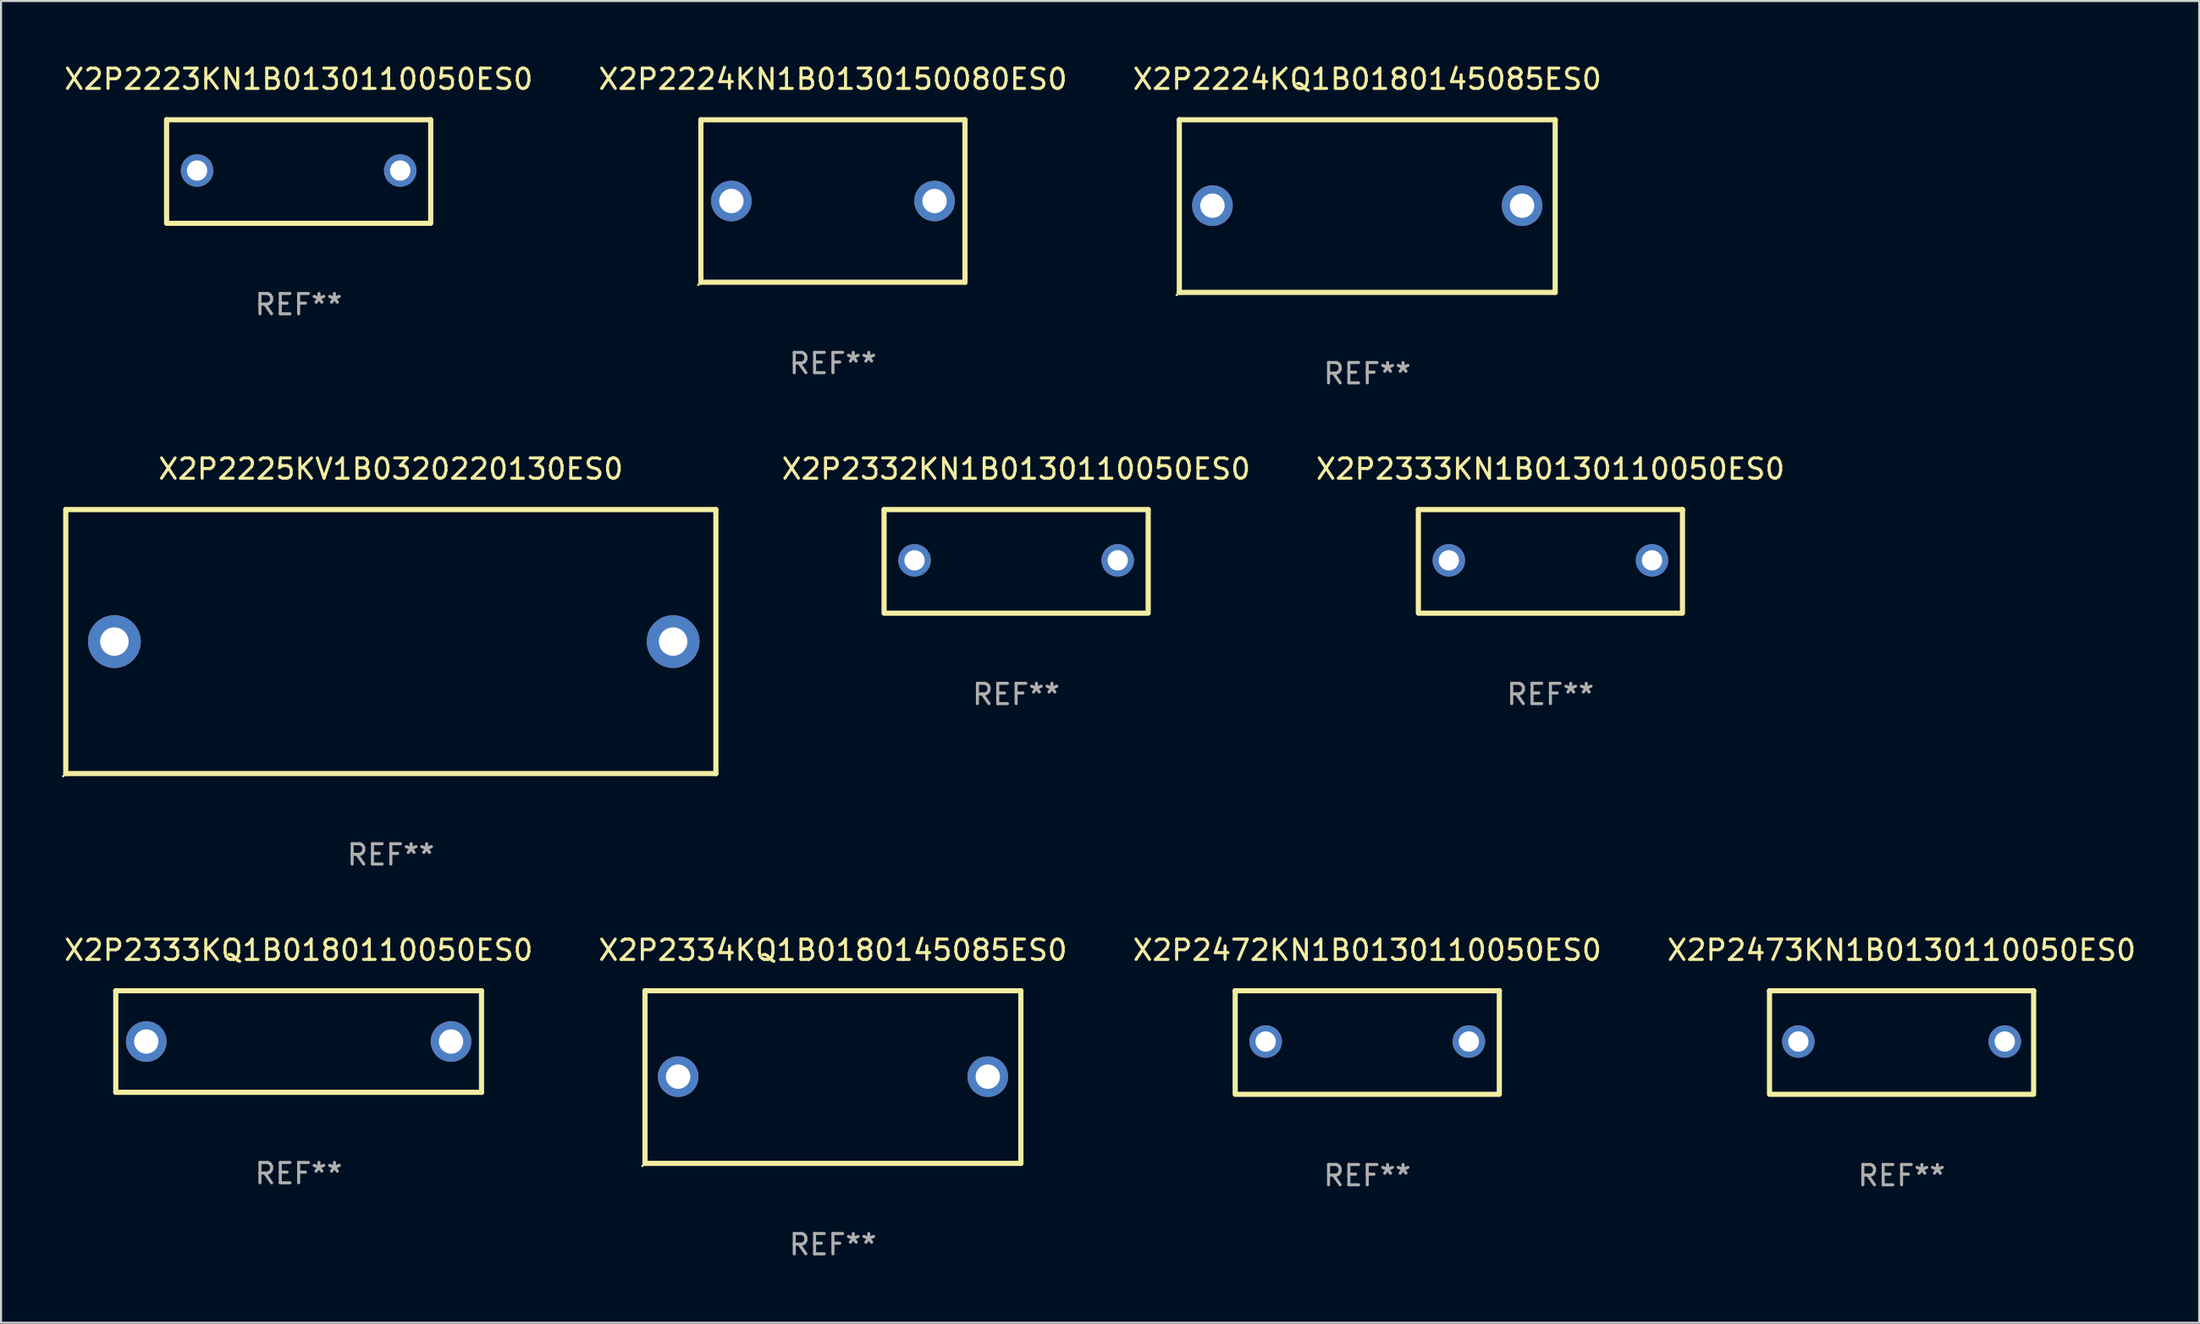
<source format=kicad_pcb>
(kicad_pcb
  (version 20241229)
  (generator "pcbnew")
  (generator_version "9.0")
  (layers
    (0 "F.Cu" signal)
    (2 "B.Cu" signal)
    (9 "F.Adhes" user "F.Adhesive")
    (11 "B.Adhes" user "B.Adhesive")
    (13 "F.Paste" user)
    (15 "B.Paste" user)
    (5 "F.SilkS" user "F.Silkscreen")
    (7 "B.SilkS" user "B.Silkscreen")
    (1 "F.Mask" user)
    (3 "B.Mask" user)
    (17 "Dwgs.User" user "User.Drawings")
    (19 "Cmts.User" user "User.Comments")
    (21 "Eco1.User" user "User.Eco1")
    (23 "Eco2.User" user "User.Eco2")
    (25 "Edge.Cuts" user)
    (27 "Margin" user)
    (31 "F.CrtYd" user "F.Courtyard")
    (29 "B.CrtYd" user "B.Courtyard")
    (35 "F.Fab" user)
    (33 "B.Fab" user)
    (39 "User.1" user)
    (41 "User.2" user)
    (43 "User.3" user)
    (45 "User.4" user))
  (footprint "X2P2225KV1B0320220130ES0"
    (layer "F.Cu")
    (at 16.186 28.545)
    (property "Reference" "X2P2225KV1B0320220130ES0" (at 0 -8.5 0) (layer "F.SilkS") (effects (font (size 1 1) (thickness 0.15))))
    (attr through_hole)
    (fp_line (start -15.999 -6.5) (end -15.999 6.5) (stroke (width 0.254) (type solid)) (layer "F.SilkS"))
    (fp_line (start -15.999 -6.5) (end 15.999 -6.5) (stroke (width 0.254) (type solid)) (layer "F.SilkS"))
    (fp_line (start 15.999 -6.5) (end 15.999 6.5) (stroke (width 0.254) (type solid)) (layer "F.SilkS"))
    (fp_line (start 15.999 6.5) (end -15.999 6.5) (stroke (width 0.254) (type solid)) (layer "F.SilkS"))
    (fp_circle (center -16.126 6.627) (end -16.096 6.627) (stroke (width 0.06) (type solid)) (fill no) (layer "F.SilkS"))
    (fp_text user "REF**" (at 0 10.5 0) (layer "F.Fab") (effects (font (size 1 1) (thickness 0.15))))
    (pad "1" thru_hole circle (at -13.606 0) (size 2.6 2.6) (drill 1.4) (layers "*.Cu" "*.Mask"))
    (pad "2" thru_hole circle (at 13.894 0) (size 2.6 2.6) (drill 1.4) (layers "*.Cu" "*.Mask")))
  (footprint "X2P2332KN1B0130110050ES0"
    (layer "F.Cu")
    (at 46.962 24.595)
    (property "Reference" "X2P2332KN1B0130110050ES0" (at 0 -4.55 0) (layer "F.SilkS") (effects (font (size 1 1) (thickness 0.15))))
    (attr through_hole)
    (fp_line (start -6.5 -2.55) (end 6.5 -2.55) (stroke (width 0.254) (type solid)) (layer "F.SilkS"))
    (fp_line (start -6.5 2.45) (end -6.5 -2.55) (stroke (width 0.254) (type solid)) (layer "F.SilkS"))
    (fp_line (start 6.5 -2.55) (end 6.5 2.45) (stroke (width 0.254) (type solid)) (layer "F.SilkS"))
    (fp_line (start 6.5 2.55) (end -6.5 2.55) (stroke (width 0.254) (type solid)) (layer "F.SilkS"))
    (fp_circle (center -6.5 2.45) (end -6.47 2.45) (stroke (width 0.06) (type solid)) (fill no) (layer "F.SilkS"))
    (fp_text user "REF**" (at 0 6.55 0) (layer "F.Fab") (effects (font (size 1 1) (thickness 0.15))))
    (pad "1" thru_hole circle (at -5 -0.05) (size 1.6 1.6) (drill 1) (layers "*.Cu" "*.Mask"))
    (pad "2" thru_hole circle (at 5 -0.05) (size 1.6 1.6) (drill 1) (layers "*.Cu" "*.Mask")))
  (footprint "X2P2333KN1B0130110050ES0"
    (layer "F.Cu")
    (at 73.259 24.595)
    (property "Reference" "X2P2333KN1B0130110050ES0" (at 0 -4.55 0) (layer "F.SilkS") (effects (font (size 1 1) (thickness 0.15))))
    (attr through_hole)
    (fp_line (start -6.5 -2.55) (end 6.5 -2.55) (stroke (width 0.254) (type solid)) (layer "F.SilkS"))
    (fp_line (start -6.5 2.45) (end -6.5 -2.55) (stroke (width 0.254) (type solid)) (layer "F.SilkS"))
    (fp_line (start 6.5 -2.55) (end 6.5 2.45) (stroke (width 0.254) (type solid)) (layer "F.SilkS"))
    (fp_line (start 6.5 2.55) (end -6.5 2.55) (stroke (width 0.254) (type solid)) (layer "F.SilkS"))
    (fp_circle (center -6.5 2.45) (end -6.47 2.45) (stroke (width 0.06) (type solid)) (fill no) (layer "F.SilkS"))
    (fp_text user "REF**" (at 0 6.55 0) (layer "F.Fab") (effects (font (size 1 1) (thickness 0.15))))
    (pad "1" thru_hole circle (at -5 -0.05) (size 1.6 1.6) (drill 1) (layers "*.Cu" "*.Mask"))
    (pad "2" thru_hole circle (at 5 -0.05) (size 1.6 1.6) (drill 1) (layers "*.Cu" "*.Mask")))
  (footprint "X2P2334KQ1B0180145085ES0"
    (layer "F.Cu")
    (at 37.946 49.991)
    (property "Reference" "X2P2334KQ1B0180145085ES0" (at 0 -6.25 0) (layer "F.SilkS") (effects (font (size 1 1) (thickness 0.15))))
    (attr through_hole)
    (fp_line (start -9.25 -4.25) (end 9.25 -4.25) (stroke (width 0.254) (type solid)) (layer "F.SilkS"))
    (fp_line (start -9.25 4.25) (end -9.25 -4.25) (stroke (width 0.254) (type solid)) (layer "F.SilkS"))
    (fp_line (start 9.25 -4.25) (end 9.25 4.25) (stroke (width 0.254) (type solid)) (layer "F.SilkS"))
    (fp_line (start 9.25 4.25) (end -9.25 4.25) (stroke (width 0.254) (type solid)) (layer "F.SilkS"))
    (fp_circle (center -9.377 4.377) (end -9.347 4.377) (stroke (width 0.06) (type solid)) (fill no) (layer "F.SilkS"))
    (fp_text user "REF**" (at 0 8.25 0) (layer "F.Fab") (effects (font (size 1 1) (thickness 0.15))))
    (pad "1" thru_hole circle (at -7.62 -0.02) (size 2 2) (drill 1.2) (layers "*.Cu" "*.Mask"))
    (pad "2" thru_hole circle (at 7.62 -0.02) (size 2 2) (drill 1.2) (layers "*.Cu" "*.Mask")))
  (footprint "X2P2224KN1B0130150080ES0"
    (layer "F.Cu")
    (at 37.946 6.848)
    (property "Reference" "X2P2224KN1B0130150080ES0" (at 0 -6 0) (layer "F.SilkS") (effects (font (size 1 1) (thickness 0.15))))
    (attr through_hole)
    (fp_line (start -6.5 -4) (end -6.5 4) (stroke (width 0.254) (type solid)) (layer "F.SilkS"))
    (fp_line (start -6.5 -4) (end 6.5 -4) (stroke (width 0.254) (type solid)) (layer "F.SilkS"))
    (fp_line (start 6.5 4) (end -6.5 4) (stroke (width 0.254) (type solid)) (layer "F.SilkS"))
    (fp_line (start 6.5 4) (end 6.5 -4) (stroke (width 0.254) (type solid)) (layer "F.SilkS"))
    (fp_circle (center -6.627 4.127) (end -6.597 4.127) (stroke (width 0.06) (type solid)) (fill no) (layer "F.SilkS"))
    (fp_text user "REF**" (at 0 8 0) (layer "F.Fab") (effects (font (size 1 1) (thickness 0.15))))
    (pad "1" thru_hole circle (at -4.999 0) (size 2 2) (drill 1.2) (layers "*.Cu" "*.Mask"))
    (pad "2" thru_hole circle (at 5.001 0) (size 2 2) (drill 1.2) (layers "*.Cu" "*.Mask")))
  (footprint "X2P2224KQ1B0180145085ES0"
    (layer "F.Cu")
    (at 64.244 7.098)
    (property "Reference" "X2P2224KQ1B0180145085ES0" (at 0 -6.25 0) (layer "F.SilkS") (effects (font (size 1 1) (thickness 0.15))))
    (attr through_hole)
    (fp_line (start -9.25 -4.25) (end 9.25 -4.25) (stroke (width 0.254) (type solid)) (layer "F.SilkS"))
    (fp_line (start -9.25 4.25) (end -9.25 -4.25) (stroke (width 0.254) (type solid)) (layer "F.SilkS"))
    (fp_line (start 9.25 -4.25) (end 9.25 4.25) (stroke (width 0.254) (type solid)) (layer "F.SilkS"))
    (fp_line (start 9.25 4.25) (end -9.25 4.25) (stroke (width 0.254) (type solid)) (layer "F.SilkS"))
    (fp_circle (center -9.377 4.377) (end -9.347 4.377) (stroke (width 0.06) (type solid)) (fill no) (layer "F.SilkS"))
    (fp_text user "REF**" (at 0 8.25 0) (layer "F.Fab") (effects (font (size 1 1) (thickness 0.15))))
    (pad "1" thru_hole circle (at -7.62 -0.02) (size 2 2) (drill 1.2) (layers "*.Cu" "*.Mask"))
    (pad "2" thru_hole circle (at 7.62 -0.02) (size 2 2) (drill 1.2) (layers "*.Cu" "*.Mask")))
  (footprint "X2P2333KQ1B0180110050ES0"
    (layer "F.Cu")
    (at 11.649 48.241)
    (property "Reference" "X2P2333KQ1B0180110050ES0" (at 0 -4.5 0) (layer "F.SilkS") (effects (font (size 1 1) (thickness 0.15))))
    (attr through_hole)
    (fp_line (start -9 -2.5) (end 9 -2.5) (stroke (width 0.254) (type solid)) (layer "F.SilkS"))
    (fp_line (start -9 2.5) (end -9 -2.5) (stroke (width 0.254) (type solid)) (layer "F.SilkS"))
    (fp_line (start 9 -2.5) (end 9 2.5) (stroke (width 0.254) (type solid)) (layer "F.SilkS"))
    (fp_line (start 9 2.5) (end -9 2.5) (stroke (width 0.254) (type solid)) (layer "F.SilkS"))
    (fp_circle (center -9 2.5) (end -8.97 2.5) (stroke (width 0.06) (type solid)) (fill no) (layer "F.SilkS"))
    (fp_text user "REF**" (at 0 6.5 0) (layer "F.Fab") (effects (font (size 1 1) (thickness 0.15))))
    (pad "1" thru_hole circle (at -7.5 -0.000127) (size 2 2) (drill 1.2) (layers "*.Cu" "*.Mask"))
    (pad "2" thru_hole circle (at 7.5 -0.000127) (size 2 2) (drill 1.2) (layers "*.Cu" "*.Mask")))
  (footprint "X2P2472KN1B0130110050ES0"
    (layer "F.Cu")
    (at 64.244 48.291)
    (property "Reference" "X2P2472KN1B0130110050ES0" (at 0 -4.55 0) (layer "F.SilkS") (effects (font (size 1 1) (thickness 0.15))))
    (attr through_hole)
    (fp_line (start -6.5 -2.55) (end 6.5 -2.55) (stroke (width 0.254) (type solid)) (layer "F.SilkS"))
    (fp_line (start -6.5 2.45) (end -6.5 -2.55) (stroke (width 0.254) (type solid)) (layer "F.SilkS"))
    (fp_line (start 6.5 -2.55) (end 6.5 2.45) (stroke (width 0.254) (type solid)) (layer "F.SilkS"))
    (fp_line (start 6.5 2.55) (end -6.5 2.55) (stroke (width 0.254) (type solid)) (layer "F.SilkS"))
    (fp_circle (center -6.5 2.45) (end -6.47 2.45) (stroke (width 0.06) (type solid)) (fill no) (layer "F.SilkS"))
    (fp_text user "REF**" (at 0 6.55 0) (layer "F.Fab") (effects (font (size 1 1) (thickness 0.15))))
    (pad "1" thru_hole circle (at -5 -0.05) (size 1.6 1.6) (drill 1) (layers "*.Cu" "*.Mask"))
    (pad "2" thru_hole circle (at 5 -0.05) (size 1.6 1.6) (drill 1) (layers "*.Cu" "*.Mask")))
  (footprint "X2P2473KN1B0130110050ES0"
    (layer "F.Cu")
    (at 90.542 48.291)
    (property "Reference" "X2P2473KN1B0130110050ES0" (at 0 -4.55 0) (layer "F.SilkS") (effects (font (size 1 1) (thickness 0.15))))
    (attr through_hole)
    (fp_line (start -6.5 -2.55) (end 6.5 -2.55) (stroke (width 0.254) (type solid)) (layer "F.SilkS"))
    (fp_line (start -6.5 2.45) (end -6.5 -2.55) (stroke (width 0.254) (type solid)) (layer "F.SilkS"))
    (fp_line (start 6.5 -2.55) (end 6.5 2.45) (stroke (width 0.254) (type solid)) (layer "F.SilkS"))
    (fp_line (start 6.5 2.55) (end -6.5 2.55) (stroke (width 0.254) (type solid)) (layer "F.SilkS"))
    (fp_circle (center -6.5 2.45) (end -6.47 2.45) (stroke (width 0.06) (type solid)) (fill no) (layer "F.SilkS"))
    (fp_text user "REF**" (at 0 6.55 0) (layer "F.Fab") (effects (font (size 1 1) (thickness 0.15))))
    (pad "1" thru_hole circle (at -5.08 -0.05) (size 1.6 1.6) (drill 1) (layers "*.Cu" "*.Mask"))
    (pad "2" thru_hole circle (at 5.08 -0.05) (size 1.6 1.6) (drill 1) (layers "*.Cu" "*.Mask")))
  (footprint "X2P2223KN1B0130110050ES0"
    (layer "F.Cu")
    (at 11.649 5.398)
    (property "Reference" "X2P2223KN1B0130110050ES0" (at 0 -4.55 0) (layer "F.SilkS") (effects (font (size 1 1) (thickness 0.15))))
    (attr through_hole)
    (fp_line (start -6.5 -2.55) (end 6.5 -2.55) (stroke (width 0.254) (type solid)) (layer "F.SilkS"))
    (fp_line (start -6.5 2.45) (end -6.5 -2.55) (stroke (width 0.254) (type solid)) (layer "F.SilkS"))
    (fp_line (start 6.5 -2.55) (end 6.5 2.45) (stroke (width 0.254) (type solid)) (layer "F.SilkS"))
    (fp_line (start 6.5 2.55) (end -6.5 2.55) (stroke (width 0.254) (type solid)) (layer "F.SilkS"))
    (fp_circle (center -6.5 2.45) (end -6.47 2.45) (stroke (width 0.06) (type solid)) (fill no) (layer "F.SilkS"))
    (fp_text user "REF**" (at 0 6.55 0) (layer "F.Fab") (effects (font (size 1 1) (thickness 0.15))))
    (pad "1" thru_hole circle (at -5 -0.05) (size 1.6 1.6) (drill 1) (layers "*.Cu" "*.Mask"))
    (pad "2" thru_hole circle (at 5 -0.05) (size 1.6 1.6) (drill 1) (layers "*.Cu" "*.Mask")))
  (gr_rect
    (start -3 -3)
    (end 105.19 62.09)
    (stroke (width 0.1) (type default))
    (fill no)
    (layer "Edge.Cuts")))
</source>
